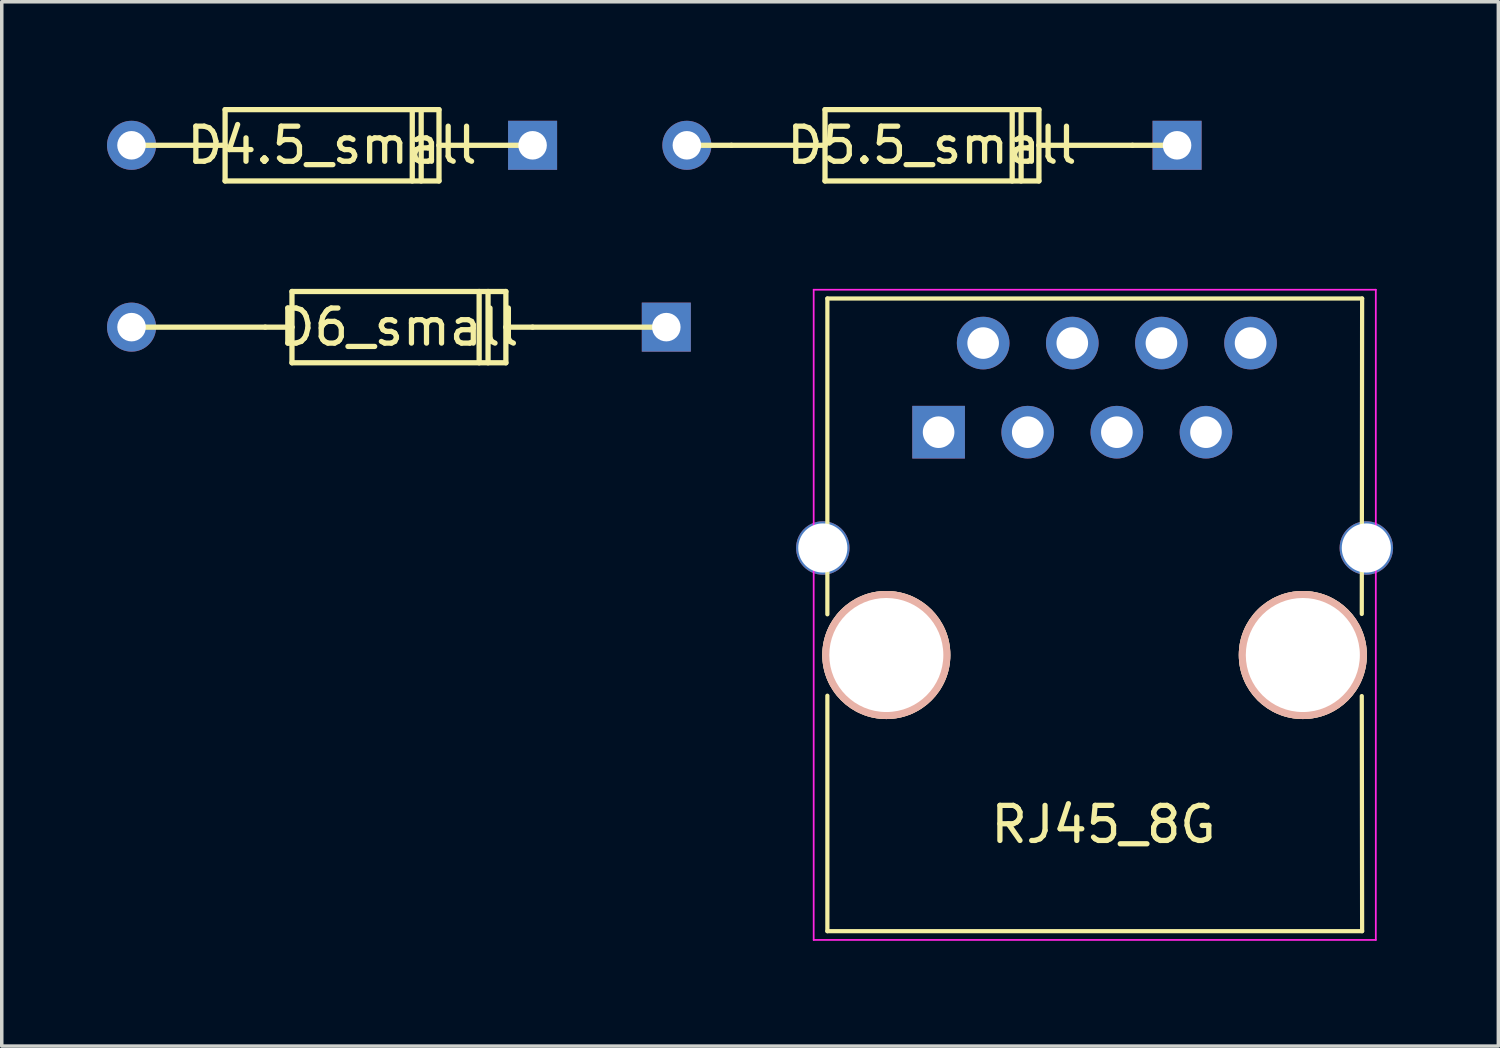
<source format=kicad_pcb>
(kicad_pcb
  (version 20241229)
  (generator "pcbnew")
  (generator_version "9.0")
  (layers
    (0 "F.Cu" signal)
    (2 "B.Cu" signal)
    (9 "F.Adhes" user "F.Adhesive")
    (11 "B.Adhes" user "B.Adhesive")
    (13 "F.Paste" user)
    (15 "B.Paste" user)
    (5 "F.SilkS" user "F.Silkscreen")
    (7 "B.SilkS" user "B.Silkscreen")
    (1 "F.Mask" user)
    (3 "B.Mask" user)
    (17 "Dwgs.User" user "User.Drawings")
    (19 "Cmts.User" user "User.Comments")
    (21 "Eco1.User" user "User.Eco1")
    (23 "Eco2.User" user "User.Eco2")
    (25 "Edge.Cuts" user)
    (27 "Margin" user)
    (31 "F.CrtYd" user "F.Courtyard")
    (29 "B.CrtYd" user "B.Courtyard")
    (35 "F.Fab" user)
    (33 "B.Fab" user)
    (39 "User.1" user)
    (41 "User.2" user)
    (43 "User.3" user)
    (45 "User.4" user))
  (footprint "D4.5_small"
    (layer "F.Cu")
    (at 7.048 1.091)
    (property "Reference" "D4.5_small" (at -0.635 0 0) (layer "F.SilkS") (effects (font (size 1 1) (thickness 0.15))))
    (attr through_hole)
    (fp_line (start -4.445 0) (end -6.35 0) (stroke (width 0.15) (type solid)) (layer "F.SilkS"))
    (fp_line (start -3.683 -1.016) (end -3.683 0) (stroke (width 0.15) (type solid)) (layer "F.SilkS"))
    (fp_line (start -3.683 0) (end -4.445 0) (stroke (width 0.15) (type solid)) (layer "F.SilkS"))
    (fp_line (start -3.683 0) (end -3.683 1.016) (stroke (width 0.15) (type solid)) (layer "F.SilkS"))
    (fp_line (start -3.683 1.016) (end 2.413 1.016) (stroke (width 0.15) (type solid)) (layer "F.SilkS"))
    (fp_line (start 1.651 1.016) (end 1.651 -1.016) (stroke (width 0.15) (type solid)) (layer "F.SilkS"))
    (fp_line (start 1.905 -1.016) (end 1.905 1.016) (stroke (width 0.15) (type solid)) (layer "F.SilkS"))
    (fp_line (start 2.413 -1.016) (end -3.683 -1.016) (stroke (width 0.15) (type solid)) (layer "F.SilkS"))
    (fp_line (start 2.413 0) (end 2.413 -1.016) (stroke (width 0.15) (type solid)) (layer "F.SilkS"))
    (fp_line (start 2.413 1.016) (end 2.413 0) (stroke (width 0.15) (type solid)) (layer "F.SilkS"))
    (fp_line (start 3.175 0) (end 2.413 0) (stroke (width 0.15) (type solid)) (layer "F.SilkS"))
    (fp_line (start 3.175 0) (end 5.08 0) (stroke (width 0.15) (type solid)) (layer "F.SilkS"))
    (pad "1" thru_hole rect (at 5.08 0) (size 1.397 1.397) (drill 0.813) (layers "*.Cu" "*.Mask"))
    (pad "2" thru_hole circle (at -6.35 0) (size 1.397 1.397) (drill 0.813) (layers "*.Cu" "*.Mask")))
  (footprint "D5.5_small"
    (layer "F.Cu")
    (at 24.145 1.091)
    (property "Reference" "D5.5_small" (at -0.635 0 0) (layer "F.SilkS") (effects (font (size 1 1) (thickness 0.15))))
    (attr through_hole)
    (fp_line (start -6.35 0) (end -7.62 0) (stroke (width 0.15) (type solid)) (layer "F.SilkS"))
    (fp_line (start -4.445 0) (end -6.35 0) (stroke (width 0.15) (type solid)) (layer "F.SilkS"))
    (fp_line (start -3.683 -1.016) (end -3.683 0) (stroke (width 0.15) (type solid)) (layer "F.SilkS"))
    (fp_line (start -3.683 0) (end -4.445 0) (stroke (width 0.15) (type solid)) (layer "F.SilkS"))
    (fp_line (start -3.683 0) (end -3.683 1.016) (stroke (width 0.15) (type solid)) (layer "F.SilkS"))
    (fp_line (start -3.683 1.016) (end 2.413 1.016) (stroke (width 0.15) (type solid)) (layer "F.SilkS"))
    (fp_line (start 1.651 1.016) (end 1.651 -1.016) (stroke (width 0.15) (type solid)) (layer "F.SilkS"))
    (fp_line (start 1.905 -1.016) (end 1.905 1.016) (stroke (width 0.15) (type solid)) (layer "F.SilkS"))
    (fp_line (start 2.413 -1.016) (end -3.683 -1.016) (stroke (width 0.15) (type solid)) (layer "F.SilkS"))
    (fp_line (start 2.413 0) (end 2.413 -1.016) (stroke (width 0.15) (type solid)) (layer "F.SilkS"))
    (fp_line (start 2.413 1.016) (end 2.413 0) (stroke (width 0.15) (type solid)) (layer "F.SilkS"))
    (fp_line (start 3.175 0) (end 2.413 0) (stroke (width 0.15) (type solid)) (layer "F.SilkS"))
    (fp_line (start 3.175 0) (end 5.08 0) (stroke (width 0.15) (type solid)) (layer "F.SilkS"))
    (fp_line (start 5.08 0) (end 6.35 0) (stroke (width 0.15) (type solid)) (layer "F.SilkS"))
    (pad "1" thru_hole rect (at 6.35 0) (size 1.397 1.397) (drill 0.813) (layers "*.Cu" "*.Mask"))
    (pad "2" thru_hole circle (at -7.62 0) (size 1.397 1.397) (drill 0.813) (layers "*.Cu" "*.Mask")))
  (footprint "RJ45_8G"
    (layer "F.Cu")
    (at 23.699 9.267)
    (property "Reference" "RJ45_8G" (at 4.7 11.18 0) (layer "F.SilkS") (effects (font (size 1 1) (thickness 0.15))))
    (attr through_hole)
    (fp_line (start -3.17 -3.81) (end -3.17 5.19) (stroke (width 0.12) (type solid)) (layer "F.SilkS"))
    (fp_line (start -3.17 7.51) (end -3.17 14.22) (stroke (width 0.12) (type solid)) (layer "F.SilkS"))
    (fp_line (start -3.17 14.22) (end 12.07 14.22) (stroke (width 0.12) (type solid)) (layer "F.SilkS"))
    (fp_line (start 12.06 7.52) (end 12.07 14.22) (stroke (width 0.12) (type solid)) (layer "F.SilkS"))
    (fp_line (start 12.07 -3.81) (end -3.17 -3.81) (stroke (width 0.12) (type solid)) (layer "F.SilkS"))
    (fp_line (start 12.07 -3.81) (end 12.06 5.18) (stroke (width 0.12) (type solid)) (layer "F.SilkS"))
    (fp_line (start -3.56 -4.06) (end -3.56 14.47) (stroke (width 0.05) (type solid)) (layer "F.CrtYd"))
    (fp_line (start -3.56 -4.06) (end 12.46 -4.06) (stroke (width 0.05) (type solid)) (layer "F.CrtYd"))
    (fp_line (start 12.46 14.47) (end -3.56 14.47) (stroke (width 0.05) (type solid)) (layer "F.CrtYd"))
    (fp_line (start 12.46 14.47) (end 12.46 -4.06) (stroke (width 0.05) (type solid)) (layer "F.CrtYd"))
    (pad "" np_thru_hole circle (at -1.49 6.35) (size 3.65 3.65) (drill 3.25) (layers "*.Cu" "*.SilkS" "*.Mask"))
    (pad "" np_thru_hole circle (at 10.38 6.35) (size 3.65 3.65) (drill 3.25) (layers "*.Cu" "*.SilkS" "*.Mask"))
    (pad "1" thru_hole rect (at 0 0) (size 1.5 1.5) (drill 0.9) (layers "*.Cu" "*.Mask"))
    (pad "2" thru_hole circle (at 1.27 -2.54) (size 1.5 1.5) (drill 0.9) (layers "*.Cu" "*.Mask"))
    (pad "3" thru_hole circle (at 2.54 0) (size 1.5 1.5) (drill 0.9) (layers "*.Cu" "*.Mask"))
    (pad "4" thru_hole circle (at 3.81 -2.54) (size 1.5 1.5) (drill 0.9) (layers "*.Cu" "*.Mask"))
    (pad "5" thru_hole circle (at 5.08 0) (size 1.5 1.5) (drill 0.9) (layers "*.Cu" "*.Mask"))
    (pad "6" thru_hole circle (at 6.35 -2.54) (size 1.5 1.5) (drill 0.9) (layers "*.Cu" "*.Mask"))
    (pad "7" thru_hole circle (at 7.62 0) (size 1.5 1.5) (drill 0.9) (layers "*.Cu" "*.Mask"))
    (pad "8" thru_hole circle (at 8.89 -2.54) (size 1.5 1.5) (drill 0.9) (layers "*.Cu" "*.Mask"))
    (pad "9" thru_hole circle (at -3.3 3.3) (size 1.524 1.524) (drill 1.4) (layers "*.Cu" "*.Mask"))
    (pad "9" thru_hole circle (at 12.19 3.3) (size 1.524 1.524) (drill 1.4) (layers "*.Cu" "*.Mask")))
  (footprint "D6_small"
    (layer "F.Cu")
    (at 8.319 6.273)
    (property "Reference" "D6_small" (at 0 0 0) (layer "F.SilkS") (effects (font (size 1 1) (thickness 0.15))))
    (attr through_hole)
    (fp_line (start -3.81 0) (end -7.62 0) (stroke (width 0.15) (type solid)) (layer "F.SilkS"))
    (fp_line (start -3.048 -1.016) (end -3.048 0) (stroke (width 0.15) (type solid)) (layer "F.SilkS"))
    (fp_line (start -3.048 0) (end -3.81 0) (stroke (width 0.15) (type solid)) (layer "F.SilkS"))
    (fp_line (start -3.048 0) (end -3.048 1.016) (stroke (width 0.15) (type solid)) (layer "F.SilkS"))
    (fp_line (start -3.048 1.016) (end 3.048 1.016) (stroke (width 0.15) (type solid)) (layer "F.SilkS"))
    (fp_line (start 2.286 1.016) (end 2.286 -1.016) (stroke (width 0.15) (type solid)) (layer "F.SilkS"))
    (fp_line (start 2.54 -1.016) (end 2.54 1.016) (stroke (width 0.15) (type solid)) (layer "F.SilkS"))
    (fp_line (start 3.048 -1.016) (end -3.048 -1.016) (stroke (width 0.15) (type solid)) (layer "F.SilkS"))
    (fp_line (start 3.048 0) (end 3.048 -1.016) (stroke (width 0.15) (type solid)) (layer "F.SilkS"))
    (fp_line (start 3.048 1.016) (end 3.048 0) (stroke (width 0.15) (type solid)) (layer "F.SilkS"))
    (fp_line (start 3.81 0) (end 3.048 0) (stroke (width 0.15) (type solid)) (layer "F.SilkS"))
    (fp_line (start 3.81 0) (end 7.62 0) (stroke (width 0.15) (type solid)) (layer "F.SilkS"))
    (pad "1" thru_hole rect (at 7.62 0) (size 1.397 1.397) (drill 0.813) (layers "*.Cu" "*.Mask"))
    (pad "2" thru_hole circle (at -7.62 0) (size 1.397 1.397) (drill 0.813) (layers "*.Cu" "*.Mask")))
  (gr_rect
    (start -3 -3)
    (end 39.651 26.762)
    (stroke (width 0.1) (type default))
    (fill no)
    (layer "Edge.Cuts")))
</source>
